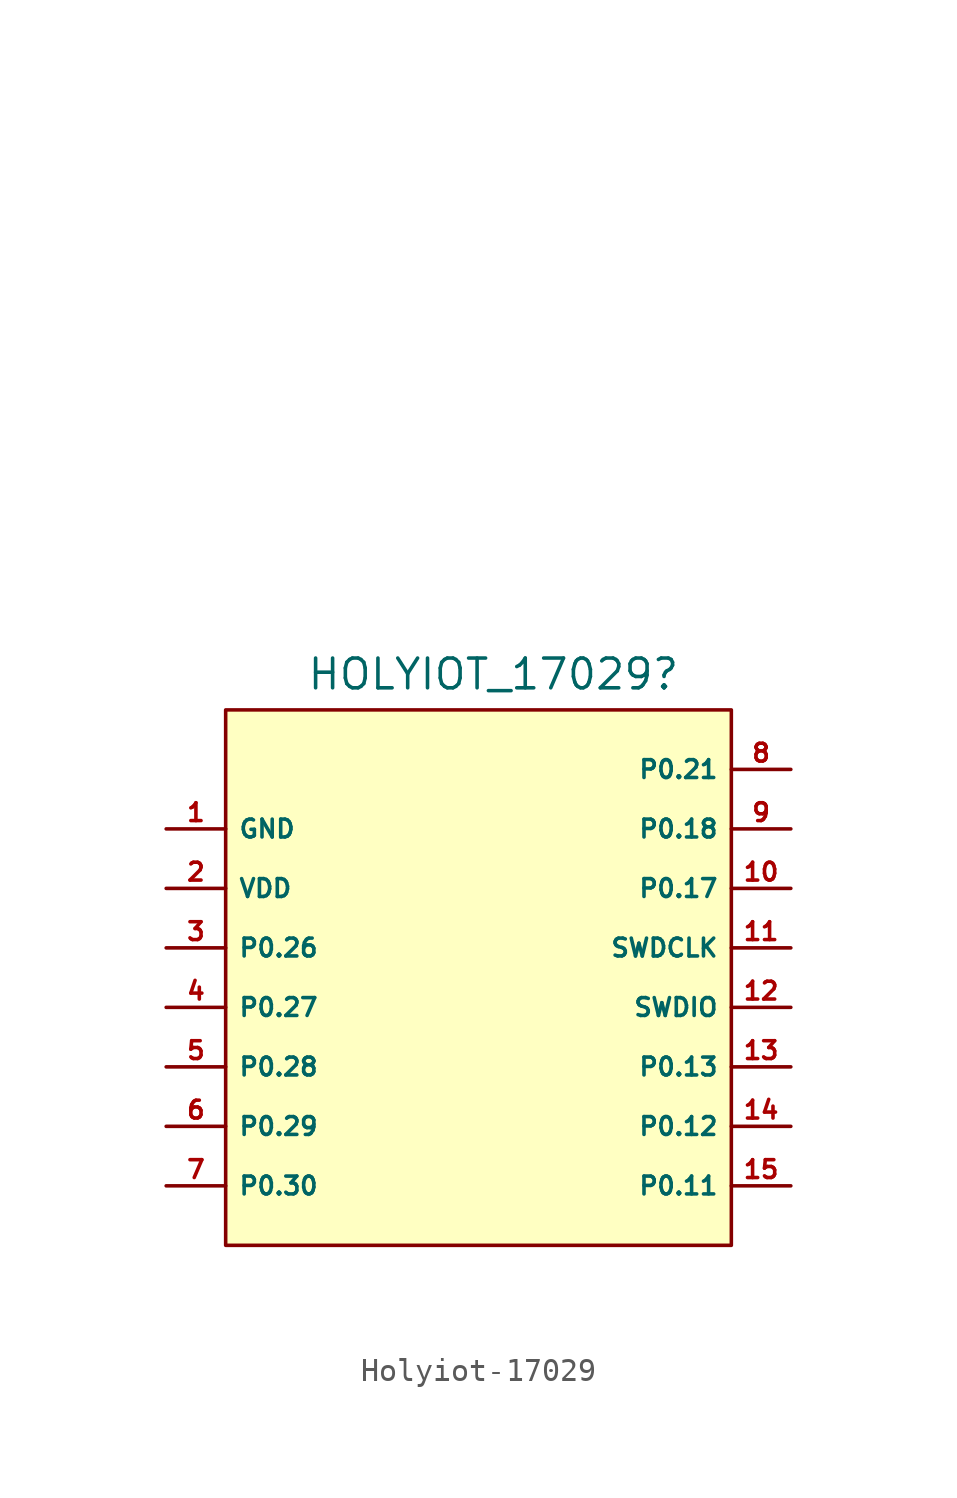
<source format=kicad_sym>
(kicad_symbol_lib
  (version 20241209)
  (generator "kicad_symbol_editor")
  (generator_version "9.0")
  (symbol "Holyiot-17029"
    (property "Reference" "HOLYIOT_17029"
      (at 0 12.954 0)
      (effects (font (size 1.27 1.27))))
    (property "Value" ""
      (at -1.27 33.02 0)
      (effects (font (size 1.27 1.27))))
    (symbol "Holyiot-17029_1_1"
      (rectangle (start -11.43 11.43) (end 10.16 -11.43) (stroke (width 0) (type solid)) (fill (type background)))
      (pin input line (at -13.97 6.35 0) (length 2.54) (name "GND" (effects (font (size 0.762 0.762)))) (number "1" (effects (font (size 0.762 0.762)))))
      (pin power_in line (at -13.97 3.81 0) (length 2.54) (name "VDD" (effects (font (size 0.762 0.762)))) (number "2" (effects (font (size 0.762 0.762)))))
      (pin input line (at -13.97 1.27 0) (length 2.54) (name "P0.26" (effects (font (size 0.762 0.762)))) (number "3" (effects (font (size 0.762 0.762)))))
      (pin input line (at -13.97 -1.27 0) (length 2.54) (name "P0.27" (effects (font (size 0.762 0.762)))) (number "4" (effects (font (size 0.762 0.762)))))
      (pin input line (at -13.97 -3.81 0) (length 2.54) (name "P0.28" (effects (font (size 0.762 0.762)))) (number "5" (effects (font (size 0.762 0.762)))))
      (pin input line (at -13.97 -6.35 0) (length 2.54) (name "P0.29" (effects (font (size 0.762 0.762)))) (number "6" (effects (font (size 0.762 0.762)))))
      (pin input line (at -13.97 -8.89 0) (length 2.54) (name "P0.30" (effects (font (size 0.762 0.762)))) (number "7" (effects (font (size 0.762 0.762)))))
      (pin input line (at 12.7 8.89 180) (length 2.54) (name "P0.21" (effects (font (size 0.762 0.762)))) (number "8" (effects (font (size 0.762 0.762)))))
      (pin input line (at 12.7 6.35 180) (length 2.54) (name "P0.18" (effects (font (size 0.762 0.762)))) (number "9" (effects (font (size 0.762 0.762)))))
      (pin input line (at 12.7 3.81 180) (length 2.54) (name "P0.17" (effects (font (size 0.762 0.762)))) (number "10" (effects (font (size 0.762 0.762)))))
      (pin input line (at 12.7 1.27 180) (length 2.54) (name "SWDCLK" (effects (font (size 0.762 0.762)))) (number "11" (effects (font (size 0.762 0.762)))))
      (pin input line (at 12.7 -1.27 180) (length 2.54) (name "SWDIO" (effects (font (size 0.762 0.762)))) (number "12" (effects (font (size 0.762 0.762)))))
      (pin input line (at 12.7 -3.81 180) (length 2.54) (name "P0.13" (effects (font (size 0.762 0.762)))) (number "13" (effects (font (size 0.762 0.762)))))
      (pin input line (at 12.7 -6.35 180) (length 2.54) (name "P0.12" (effects (font (size 0.762 0.762)))) (number "14" (effects (font (size 0.762 0.762)))))
      (pin input line (at 12.7 -8.89 180) (length 2.54) (name "P0.11" (effects (font (size 0.762 0.762)))) (number "15" (effects (font (size 0.762 0.762))))))))
</source>
